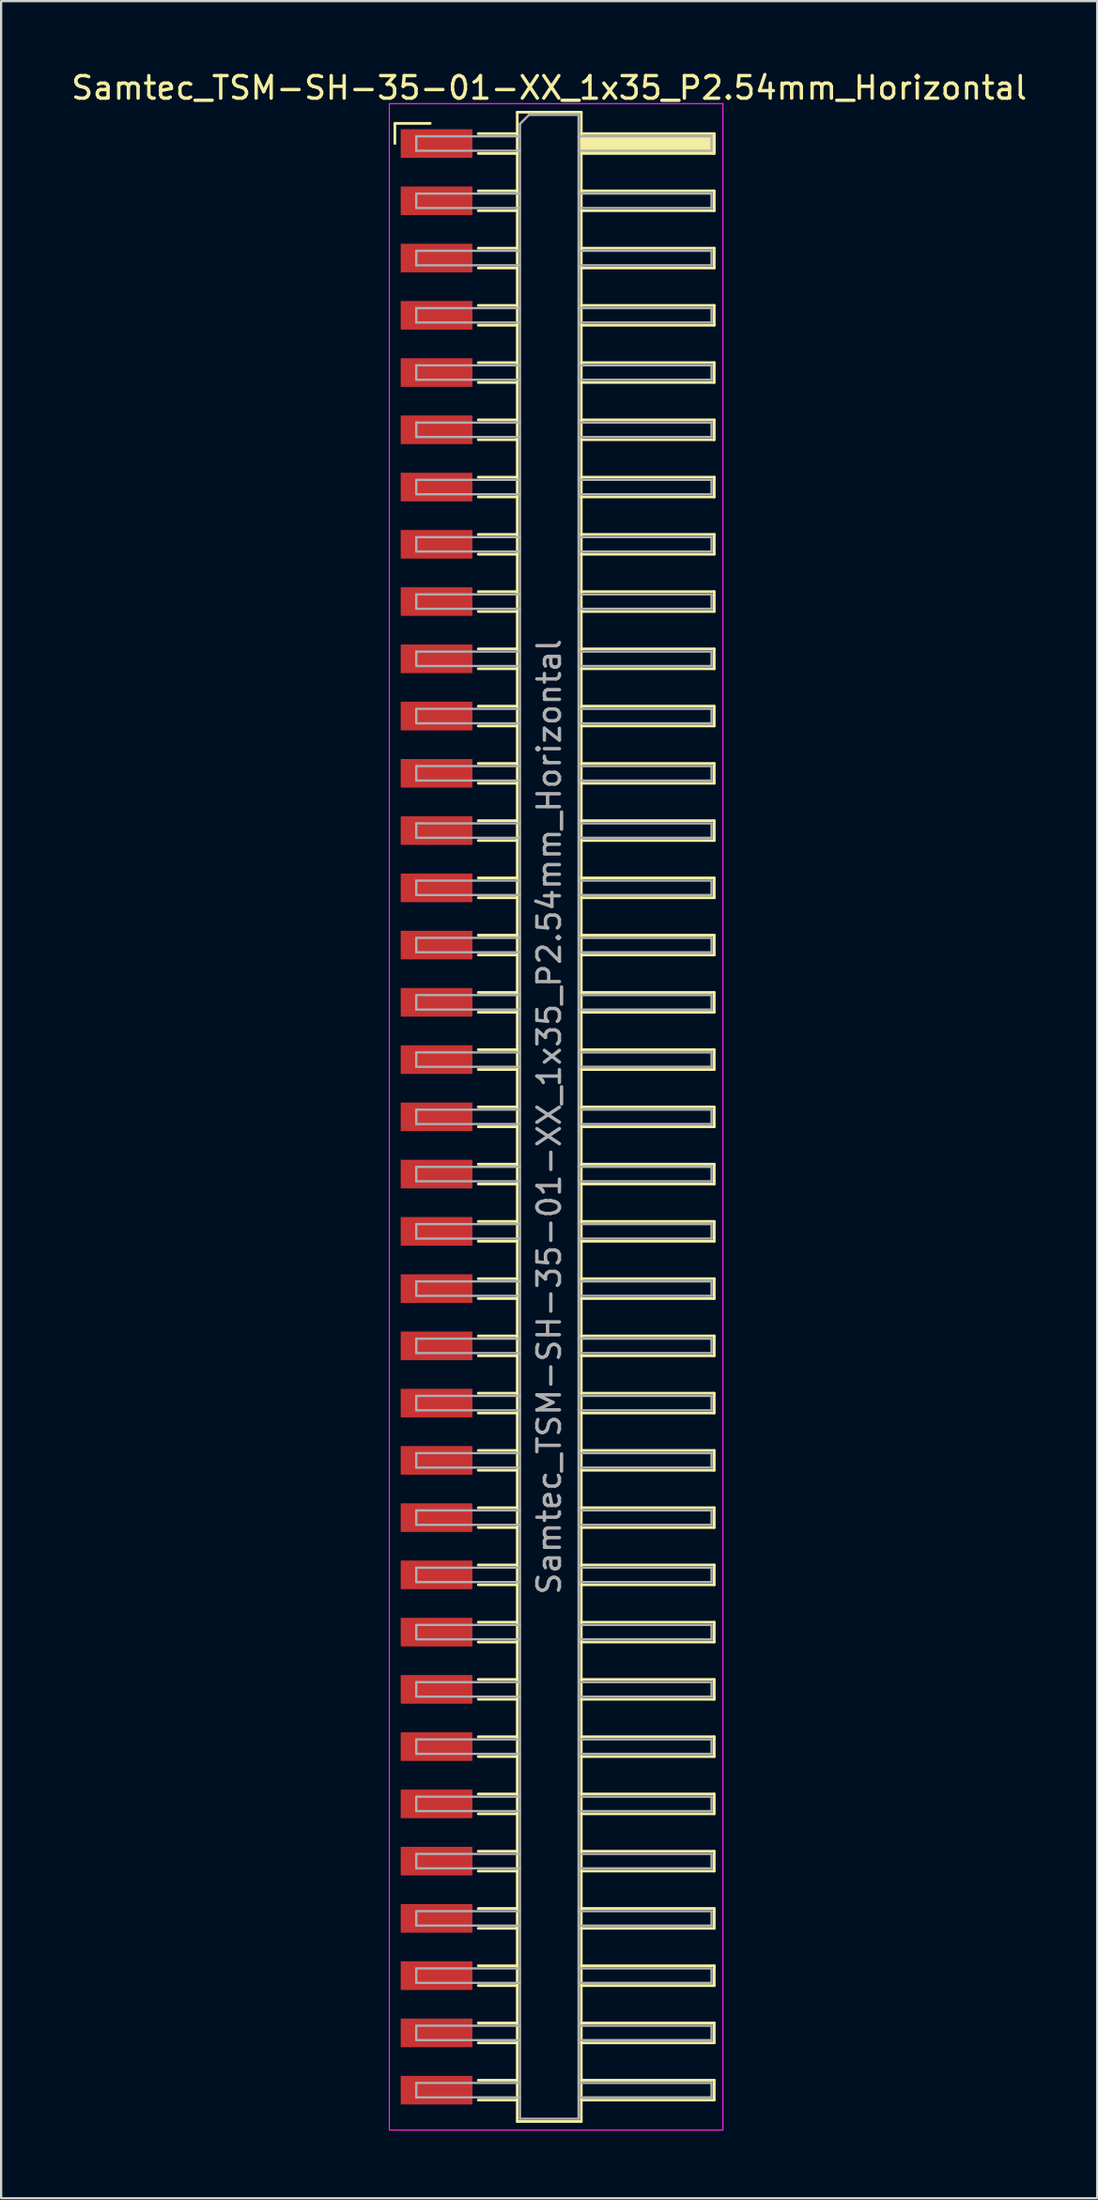
<source format=kicad_pcb>
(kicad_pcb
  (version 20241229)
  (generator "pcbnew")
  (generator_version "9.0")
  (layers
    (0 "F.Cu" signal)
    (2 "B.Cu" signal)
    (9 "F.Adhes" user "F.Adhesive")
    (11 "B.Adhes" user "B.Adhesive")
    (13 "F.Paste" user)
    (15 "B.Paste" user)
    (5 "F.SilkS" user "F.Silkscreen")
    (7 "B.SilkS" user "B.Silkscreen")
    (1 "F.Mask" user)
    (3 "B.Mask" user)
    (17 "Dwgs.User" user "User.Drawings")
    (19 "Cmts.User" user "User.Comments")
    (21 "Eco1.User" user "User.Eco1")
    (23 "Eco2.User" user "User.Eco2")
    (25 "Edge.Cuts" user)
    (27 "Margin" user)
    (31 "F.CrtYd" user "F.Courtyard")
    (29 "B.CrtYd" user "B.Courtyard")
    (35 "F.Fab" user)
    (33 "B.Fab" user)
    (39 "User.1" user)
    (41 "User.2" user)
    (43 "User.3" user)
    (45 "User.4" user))
  (footprint "Samtec_TSM-SH-35-01-XX_1x35_P2.54mm_Horizontal"
    (layer "F.Cu")
    (at 21.505 46.498)
    (property "Reference" "Samtec_TSM-SH-35-01-XX_1x35_P2.54mm_Horizontal" (at -0.19 -45.65 0) (layer "F.SilkS") (effects (font (size 1 1) (thickness 0.15))))
    (attr smd)
    (fp_line (start -7.035 -44.075) (end -5.465 -44.075) (stroke (width 0.12) (type solid)) (layer "F.SilkS"))
    (fp_line (start -7.035 -43.18) (end -7.035 -44.075) (stroke (width 0.12) (type solid)) (layer "F.SilkS"))
    (fp_line (start -3.335 -43.62) (end -1.605 -43.62) (stroke (width 0.12) (type solid)) (layer "F.SilkS"))
    (fp_line (start -3.335 -42.74) (end -1.605 -42.74) (stroke (width 0.12) (type solid)) (layer "F.SilkS"))
    (fp_line (start -3.335 -41.08) (end -1.605 -41.08) (stroke (width 0.12) (type solid)) (layer "F.SilkS"))
    (fp_line (start -3.335 -40.2) (end -1.605 -40.2) (stroke (width 0.12) (type solid)) (layer "F.SilkS"))
    (fp_line (start -3.335 -38.54) (end -1.605 -38.54) (stroke (width 0.12) (type solid)) (layer "F.SilkS"))
    (fp_line (start -3.335 -37.66) (end -1.605 -37.66) (stroke (width 0.12) (type solid)) (layer "F.SilkS"))
    (fp_line (start -3.335 -36) (end -1.605 -36) (stroke (width 0.12) (type solid)) (layer "F.SilkS"))
    (fp_line (start -3.335 -35.12) (end -1.605 -35.12) (stroke (width 0.12) (type solid)) (layer "F.SilkS"))
    (fp_line (start -3.335 -33.46) (end -1.605 -33.46) (stroke (width 0.12) (type solid)) (layer "F.SilkS"))
    (fp_line (start -3.335 -32.58) (end -1.605 -32.58) (stroke (width 0.12) (type solid)) (layer "F.SilkS"))
    (fp_line (start -3.335 -30.92) (end -1.605 -30.92) (stroke (width 0.12) (type solid)) (layer "F.SilkS"))
    (fp_line (start -3.335 -30.04) (end -1.605 -30.04) (stroke (width 0.12) (type solid)) (layer "F.SilkS"))
    (fp_line (start -3.335 -28.38) (end -1.605 -28.38) (stroke (width 0.12) (type solid)) (layer "F.SilkS"))
    (fp_line (start -3.335 -27.5) (end -1.605 -27.5) (stroke (width 0.12) (type solid)) (layer "F.SilkS"))
    (fp_line (start -3.335 -25.84) (end -1.605 -25.84) (stroke (width 0.12) (type solid)) (layer "F.SilkS"))
    (fp_line (start -3.335 -24.96) (end -1.605 -24.96) (stroke (width 0.12) (type solid)) (layer "F.SilkS"))
    (fp_line (start -3.335 -23.3) (end -1.605 -23.3) (stroke (width 0.12) (type solid)) (layer "F.SilkS"))
    (fp_line (start -3.335 -22.42) (end -1.605 -22.42) (stroke (width 0.12) (type solid)) (layer "F.SilkS"))
    (fp_line (start -3.335 -20.76) (end -1.605 -20.76) (stroke (width 0.12) (type solid)) (layer "F.SilkS"))
    (fp_line (start -3.335 -19.88) (end -1.605 -19.88) (stroke (width 0.12) (type solid)) (layer "F.SilkS"))
    (fp_line (start -3.335 -18.22) (end -1.605 -18.22) (stroke (width 0.12) (type solid)) (layer "F.SilkS"))
    (fp_line (start -3.335 -17.34) (end -1.605 -17.34) (stroke (width 0.12) (type solid)) (layer "F.SilkS"))
    (fp_line (start -3.335 -15.68) (end -1.605 -15.68) (stroke (width 0.12) (type solid)) (layer "F.SilkS"))
    (fp_line (start -3.335 -14.8) (end -1.605 -14.8) (stroke (width 0.12) (type solid)) (layer "F.SilkS"))
    (fp_line (start -3.335 -13.14) (end -1.605 -13.14) (stroke (width 0.12) (type solid)) (layer "F.SilkS"))
    (fp_line (start -3.335 -12.26) (end -1.605 -12.26) (stroke (width 0.12) (type solid)) (layer "F.SilkS"))
    (fp_line (start -3.335 -10.6) (end -1.605 -10.6) (stroke (width 0.12) (type solid)) (layer "F.SilkS"))
    (fp_line (start -3.335 -9.72) (end -1.605 -9.72) (stroke (width 0.12) (type solid)) (layer "F.SilkS"))
    (fp_line (start -3.335 -8.06) (end -1.605 -8.06) (stroke (width 0.12) (type solid)) (layer "F.SilkS"))
    (fp_line (start -3.335 -7.18) (end -1.605 -7.18) (stroke (width 0.12) (type solid)) (layer "F.SilkS"))
    (fp_line (start -3.335 -5.52) (end -1.605 -5.52) (stroke (width 0.12) (type solid)) (layer "F.SilkS"))
    (fp_line (start -3.335 -4.64) (end -1.605 -4.64) (stroke (width 0.12) (type solid)) (layer "F.SilkS"))
    (fp_line (start -3.335 -2.98) (end -1.605 -2.98) (stroke (width 0.12) (type solid)) (layer "F.SilkS"))
    (fp_line (start -3.335 -2.1) (end -1.605 -2.1) (stroke (width 0.12) (type solid)) (layer "F.SilkS"))
    (fp_line (start -3.335 -0.44) (end -1.605 -0.44) (stroke (width 0.12) (type solid)) (layer "F.SilkS"))
    (fp_line (start -3.335 0.44) (end -1.605 0.44) (stroke (width 0.12) (type solid)) (layer "F.SilkS"))
    (fp_line (start -3.335 2.1) (end -1.605 2.1) (stroke (width 0.12) (type solid)) (layer "F.SilkS"))
    (fp_line (start -3.335 2.98) (end -1.605 2.98) (stroke (width 0.12) (type solid)) (layer "F.SilkS"))
    (fp_line (start -3.335 4.64) (end -1.605 4.64) (stroke (width 0.12) (type solid)) (layer "F.SilkS"))
    (fp_line (start -3.335 5.52) (end -1.605 5.52) (stroke (width 0.12) (type solid)) (layer "F.SilkS"))
    (fp_line (start -3.335 7.18) (end -1.605 7.18) (stroke (width 0.12) (type solid)) (layer "F.SilkS"))
    (fp_line (start -3.335 8.06) (end -1.605 8.06) (stroke (width 0.12) (type solid)) (layer "F.SilkS"))
    (fp_line (start -3.335 9.72) (end -1.605 9.72) (stroke (width 0.12) (type solid)) (layer "F.SilkS"))
    (fp_line (start -3.335 10.6) (end -1.605 10.6) (stroke (width 0.12) (type solid)) (layer "F.SilkS"))
    (fp_line (start -3.335 12.26) (end -1.605 12.26) (stroke (width 0.12) (type solid)) (layer "F.SilkS"))
    (fp_line (start -3.335 13.14) (end -1.605 13.14) (stroke (width 0.12) (type solid)) (layer "F.SilkS"))
    (fp_line (start -3.335 14.8) (end -1.605 14.8) (stroke (width 0.12) (type solid)) (layer "F.SilkS"))
    (fp_line (start -3.335 15.68) (end -1.605 15.68) (stroke (width 0.12) (type solid)) (layer "F.SilkS"))
    (fp_line (start -3.335 17.34) (end -1.605 17.34) (stroke (width 0.12) (type solid)) (layer "F.SilkS"))
    (fp_line (start -3.335 18.22) (end -1.605 18.22) (stroke (width 0.12) (type solid)) (layer "F.SilkS"))
    (fp_line (start -3.335 19.88) (end -1.605 19.88) (stroke (width 0.12) (type solid)) (layer "F.SilkS"))
    (fp_line (start -3.335 20.76) (end -1.605 20.76) (stroke (width 0.12) (type solid)) (layer "F.SilkS"))
    (fp_line (start -3.335 22.42) (end -1.605 22.42) (stroke (width 0.12) (type solid)) (layer "F.SilkS"))
    (fp_line (start -3.335 23.3) (end -1.605 23.3) (stroke (width 0.12) (type solid)) (layer "F.SilkS"))
    (fp_line (start -3.335 24.96) (end -1.605 24.96) (stroke (width 0.12) (type solid)) (layer "F.SilkS"))
    (fp_line (start -3.335 25.84) (end -1.605 25.84) (stroke (width 0.12) (type solid)) (layer "F.SilkS"))
    (fp_line (start -3.335 27.5) (end -1.605 27.5) (stroke (width 0.12) (type solid)) (layer "F.SilkS"))
    (fp_line (start -3.335 28.38) (end -1.605 28.38) (stroke (width 0.12) (type solid)) (layer "F.SilkS"))
    (fp_line (start -3.335 30.04) (end -1.605 30.04) (stroke (width 0.12) (type solid)) (layer "F.SilkS"))
    (fp_line (start -3.335 30.92) (end -1.605 30.92) (stroke (width 0.12) (type solid)) (layer "F.SilkS"))
    (fp_line (start -3.335 32.58) (end -1.605 32.58) (stroke (width 0.12) (type solid)) (layer "F.SilkS"))
    (fp_line (start -3.335 33.46) (end -1.605 33.46) (stroke (width 0.12) (type solid)) (layer "F.SilkS"))
    (fp_line (start -3.335 35.12) (end -1.605 35.12) (stroke (width 0.12) (type solid)) (layer "F.SilkS"))
    (fp_line (start -3.335 36) (end -1.605 36) (stroke (width 0.12) (type solid)) (layer "F.SilkS"))
    (fp_line (start -3.335 37.66) (end -1.605 37.66) (stroke (width 0.12) (type solid)) (layer "F.SilkS"))
    (fp_line (start -3.335 38.54) (end -1.605 38.54) (stroke (width 0.12) (type solid)) (layer "F.SilkS"))
    (fp_line (start -3.335 40.2) (end -1.605 40.2) (stroke (width 0.12) (type solid)) (layer "F.SilkS"))
    (fp_line (start -3.335 41.08) (end -1.605 41.08) (stroke (width 0.12) (type solid)) (layer "F.SilkS"))
    (fp_line (start -3.335 42.74) (end -1.605 42.74) (stroke (width 0.12) (type solid)) (layer "F.SilkS"))
    (fp_line (start -3.335 43.62) (end -1.605 43.62) (stroke (width 0.12) (type solid)) (layer "F.SilkS"))
    (fp_line (start -1.605 -44.57) (end 1.235 -44.57) (stroke (width 0.12) (type solid)) (layer "F.SilkS"))
    (fp_line (start -1.605 44.57) (end -1.605 -44.57) (stroke (width 0.12) (type solid)) (layer "F.SilkS"))
    (fp_line (start 1.235 -44.57) (end 1.235 44.57) (stroke (width 0.12) (type solid)) (layer "F.SilkS"))
    (fp_line (start 1.235 -43.62) (end 7.135 -43.62) (stroke (width 0.12) (type solid)) (layer "F.SilkS"))
    (fp_line (start 1.235 -41.08) (end 7.135 -41.08) (stroke (width 0.12) (type solid)) (layer "F.SilkS"))
    (fp_line (start 1.235 -38.54) (end 7.135 -38.54) (stroke (width 0.12) (type solid)) (layer "F.SilkS"))
    (fp_line (start 1.235 -36) (end 7.135 -36) (stroke (width 0.12) (type solid)) (layer "F.SilkS"))
    (fp_line (start 1.235 -33.46) (end 7.135 -33.46) (stroke (width 0.12) (type solid)) (layer "F.SilkS"))
    (fp_line (start 1.235 -30.92) (end 7.135 -30.92) (stroke (width 0.12) (type solid)) (layer "F.SilkS"))
    (fp_line (start 1.235 -28.38) (end 7.135 -28.38) (stroke (width 0.12) (type solid)) (layer "F.SilkS"))
    (fp_line (start 1.235 -25.84) (end 7.135 -25.84) (stroke (width 0.12) (type solid)) (layer "F.SilkS"))
    (fp_line (start 1.235 -23.3) (end 7.135 -23.3) (stroke (width 0.12) (type solid)) (layer "F.SilkS"))
    (fp_line (start 1.235 -20.76) (end 7.135 -20.76) (stroke (width 0.12) (type solid)) (layer "F.SilkS"))
    (fp_line (start 1.235 -18.22) (end 7.135 -18.22) (stroke (width 0.12) (type solid)) (layer "F.SilkS"))
    (fp_line (start 1.235 -15.68) (end 7.135 -15.68) (stroke (width 0.12) (type solid)) (layer "F.SilkS"))
    (fp_line (start 1.235 -13.14) (end 7.135 -13.14) (stroke (width 0.12) (type solid)) (layer "F.SilkS"))
    (fp_line (start 1.235 -10.6) (end 7.135 -10.6) (stroke (width 0.12) (type solid)) (layer "F.SilkS"))
    (fp_line (start 1.235 -8.06) (end 7.135 -8.06) (stroke (width 0.12) (type solid)) (layer "F.SilkS"))
    (fp_line (start 1.235 -5.52) (end 7.135 -5.52) (stroke (width 0.12) (type solid)) (layer "F.SilkS"))
    (fp_line (start 1.235 -2.98) (end 7.135 -2.98) (stroke (width 0.12) (type solid)) (layer "F.SilkS"))
    (fp_line (start 1.235 -0.44) (end 7.135 -0.44) (stroke (width 0.12) (type solid)) (layer "F.SilkS"))
    (fp_line (start 1.235 2.1) (end 7.135 2.1) (stroke (width 0.12) (type solid)) (layer "F.SilkS"))
    (fp_line (start 1.235 4.64) (end 7.135 4.64) (stroke (width 0.12) (type solid)) (layer "F.SilkS"))
    (fp_line (start 1.235 7.18) (end 7.135 7.18) (stroke (width 0.12) (type solid)) (layer "F.SilkS"))
    (fp_line (start 1.235 9.72) (end 7.135 9.72) (stroke (width 0.12) (type solid)) (layer "F.SilkS"))
    (fp_line (start 1.235 12.26) (end 7.135 12.26) (stroke (width 0.12) (type solid)) (layer "F.SilkS"))
    (fp_line (start 1.235 14.8) (end 7.135 14.8) (stroke (width 0.12) (type solid)) (layer "F.SilkS"))
    (fp_line (start 1.235 17.34) (end 7.135 17.34) (stroke (width 0.12) (type solid)) (layer "F.SilkS"))
    (fp_line (start 1.235 19.88) (end 7.135 19.88) (stroke (width 0.12) (type solid)) (layer "F.SilkS"))
    (fp_line (start 1.235 22.42) (end 7.135 22.42) (stroke (width 0.12) (type solid)) (layer "F.SilkS"))
    (fp_line (start 1.235 24.96) (end 7.135 24.96) (stroke (width 0.12) (type solid)) (layer "F.SilkS"))
    (fp_line (start 1.235 27.5) (end 7.135 27.5) (stroke (width 0.12) (type solid)) (layer "F.SilkS"))
    (fp_line (start 1.235 30.04) (end 7.135 30.04) (stroke (width 0.12) (type solid)) (layer "F.SilkS"))
    (fp_line (start 1.235 32.58) (end 7.135 32.58) (stroke (width 0.12) (type solid)) (layer "F.SilkS"))
    (fp_line (start 1.235 35.12) (end 7.135 35.12) (stroke (width 0.12) (type solid)) (layer "F.SilkS"))
    (fp_line (start 1.235 37.66) (end 7.135 37.66) (stroke (width 0.12) (type solid)) (layer "F.SilkS"))
    (fp_line (start 1.235 40.2) (end 7.135 40.2) (stroke (width 0.12) (type solid)) (layer "F.SilkS"))
    (fp_line (start 1.235 42.74) (end 7.135 42.74) (stroke (width 0.12) (type solid)) (layer "F.SilkS"))
    (fp_line (start 1.235 44.57) (end -1.605 44.57) (stroke (width 0.12) (type solid)) (layer "F.SilkS"))
    (fp_line (start 7.135 -43.62) (end 7.135 -42.74) (stroke (width 0.12) (type solid)) (layer "F.SilkS"))
    (fp_line (start 7.135 -42.74) (end 1.235 -42.74) (stroke (width 0.12) (type solid)) (layer "F.SilkS"))
    (fp_line (start 7.135 -41.08) (end 7.135 -40.2) (stroke (width 0.12) (type solid)) (layer "F.SilkS"))
    (fp_line (start 7.135 -40.2) (end 1.235 -40.2) (stroke (width 0.12) (type solid)) (layer "F.SilkS"))
    (fp_line (start 7.135 -38.54) (end 7.135 -37.66) (stroke (width 0.12) (type solid)) (layer "F.SilkS"))
    (fp_line (start 7.135 -37.66) (end 1.235 -37.66) (stroke (width 0.12) (type solid)) (layer "F.SilkS"))
    (fp_line (start 7.135 -36) (end 7.135 -35.12) (stroke (width 0.12) (type solid)) (layer "F.SilkS"))
    (fp_line (start 7.135 -35.12) (end 1.235 -35.12) (stroke (width 0.12) (type solid)) (layer "F.SilkS"))
    (fp_line (start 7.135 -33.46) (end 7.135 -32.58) (stroke (width 0.12) (type solid)) (layer "F.SilkS"))
    (fp_line (start 7.135 -32.58) (end 1.235 -32.58) (stroke (width 0.12) (type solid)) (layer "F.SilkS"))
    (fp_line (start 7.135 -30.92) (end 7.135 -30.04) (stroke (width 0.12) (type solid)) (layer "F.SilkS"))
    (fp_line (start 7.135 -30.04) (end 1.235 -30.04) (stroke (width 0.12) (type solid)) (layer "F.SilkS"))
    (fp_line (start 7.135 -28.38) (end 7.135 -27.5) (stroke (width 0.12) (type solid)) (layer "F.SilkS"))
    (fp_line (start 7.135 -27.5) (end 1.235 -27.5) (stroke (width 0.12) (type solid)) (layer "F.SilkS"))
    (fp_line (start 7.135 -25.84) (end 7.135 -24.96) (stroke (width 0.12) (type solid)) (layer "F.SilkS"))
    (fp_line (start 7.135 -24.96) (end 1.235 -24.96) (stroke (width 0.12) (type solid)) (layer "F.SilkS"))
    (fp_line (start 7.135 -23.3) (end 7.135 -22.42) (stroke (width 0.12) (type solid)) (layer "F.SilkS"))
    (fp_line (start 7.135 -22.42) (end 1.235 -22.42) (stroke (width 0.12) (type solid)) (layer "F.SilkS"))
    (fp_line (start 7.135 -20.76) (end 7.135 -19.88) (stroke (width 0.12) (type solid)) (layer "F.SilkS"))
    (fp_line (start 7.135 -19.88) (end 1.235 -19.88) (stroke (width 0.12) (type solid)) (layer "F.SilkS"))
    (fp_line (start 7.135 -18.22) (end 7.135 -17.34) (stroke (width 0.12) (type solid)) (layer "F.SilkS"))
    (fp_line (start 7.135 -17.34) (end 1.235 -17.34) (stroke (width 0.12) (type solid)) (layer "F.SilkS"))
    (fp_line (start 7.135 -15.68) (end 7.135 -14.8) (stroke (width 0.12) (type solid)) (layer "F.SilkS"))
    (fp_line (start 7.135 -14.8) (end 1.235 -14.8) (stroke (width 0.12) (type solid)) (layer "F.SilkS"))
    (fp_line (start 7.135 -13.14) (end 7.135 -12.26) (stroke (width 0.12) (type solid)) (layer "F.SilkS"))
    (fp_line (start 7.135 -12.26) (end 1.235 -12.26) (stroke (width 0.12) (type solid)) (layer "F.SilkS"))
    (fp_line (start 7.135 -10.6) (end 7.135 -9.72) (stroke (width 0.12) (type solid)) (layer "F.SilkS"))
    (fp_line (start 7.135 -9.72) (end 1.235 -9.72) (stroke (width 0.12) (type solid)) (layer "F.SilkS"))
    (fp_line (start 7.135 -8.06) (end 7.135 -7.18) (stroke (width 0.12) (type solid)) (layer "F.SilkS"))
    (fp_line (start 7.135 -7.18) (end 1.235 -7.18) (stroke (width 0.12) (type solid)) (layer "F.SilkS"))
    (fp_line (start 7.135 -5.52) (end 7.135 -4.64) (stroke (width 0.12) (type solid)) (layer "F.SilkS"))
    (fp_line (start 7.135 -4.64) (end 1.235 -4.64) (stroke (width 0.12) (type solid)) (layer "F.SilkS"))
    (fp_line (start 7.135 -2.98) (end 7.135 -2.1) (stroke (width 0.12) (type solid)) (layer "F.SilkS"))
    (fp_line (start 7.135 -2.1) (end 1.235 -2.1) (stroke (width 0.12) (type solid)) (layer "F.SilkS"))
    (fp_line (start 7.135 -0.44) (end 7.135 0.44) (stroke (width 0.12) (type solid)) (layer "F.SilkS"))
    (fp_line (start 7.135 0.44) (end 1.235 0.44) (stroke (width 0.12) (type solid)) (layer "F.SilkS"))
    (fp_line (start 7.135 2.1) (end 7.135 2.98) (stroke (width 0.12) (type solid)) (layer "F.SilkS"))
    (fp_line (start 7.135 2.98) (end 1.235 2.98) (stroke (width 0.12) (type solid)) (layer "F.SilkS"))
    (fp_line (start 7.135 4.64) (end 7.135 5.52) (stroke (width 0.12) (type solid)) (layer "F.SilkS"))
    (fp_line (start 7.135 5.52) (end 1.235 5.52) (stroke (width 0.12) (type solid)) (layer "F.SilkS"))
    (fp_line (start 7.135 7.18) (end 7.135 8.06) (stroke (width 0.12) (type solid)) (layer "F.SilkS"))
    (fp_line (start 7.135 8.06) (end 1.235 8.06) (stroke (width 0.12) (type solid)) (layer "F.SilkS"))
    (fp_line (start 7.135 9.72) (end 7.135 10.6) (stroke (width 0.12) (type solid)) (layer "F.SilkS"))
    (fp_line (start 7.135 10.6) (end 1.235 10.6) (stroke (width 0.12) (type solid)) (layer "F.SilkS"))
    (fp_line (start 7.135 12.26) (end 7.135 13.14) (stroke (width 0.12) (type solid)) (layer "F.SilkS"))
    (fp_line (start 7.135 13.14) (end 1.235 13.14) (stroke (width 0.12) (type solid)) (layer "F.SilkS"))
    (fp_line (start 7.135 14.8) (end 7.135 15.68) (stroke (width 0.12) (type solid)) (layer "F.SilkS"))
    (fp_line (start 7.135 15.68) (end 1.235 15.68) (stroke (width 0.12) (type solid)) (layer "F.SilkS"))
    (fp_line (start 7.135 17.34) (end 7.135 18.22) (stroke (width 0.12) (type solid)) (layer "F.SilkS"))
    (fp_line (start 7.135 18.22) (end 1.235 18.22) (stroke (width 0.12) (type solid)) (layer "F.SilkS"))
    (fp_line (start 7.135 19.88) (end 7.135 20.76) (stroke (width 0.12) (type solid)) (layer "F.SilkS"))
    (fp_line (start 7.135 20.76) (end 1.235 20.76) (stroke (width 0.12) (type solid)) (layer "F.SilkS"))
    (fp_line (start 7.135 22.42) (end 7.135 23.3) (stroke (width 0.12) (type solid)) (layer "F.SilkS"))
    (fp_line (start 7.135 23.3) (end 1.235 23.3) (stroke (width 0.12) (type solid)) (layer "F.SilkS"))
    (fp_line (start 7.135 24.96) (end 7.135 25.84) (stroke (width 0.12) (type solid)) (layer "F.SilkS"))
    (fp_line (start 7.135 25.84) (end 1.235 25.84) (stroke (width 0.12) (type solid)) (layer "F.SilkS"))
    (fp_line (start 7.135 27.5) (end 7.135 28.38) (stroke (width 0.12) (type solid)) (layer "F.SilkS"))
    (fp_line (start 7.135 28.38) (end 1.235 28.38) (stroke (width 0.12) (type solid)) (layer "F.SilkS"))
    (fp_line (start 7.135 30.04) (end 7.135 30.92) (stroke (width 0.12) (type solid)) (layer "F.SilkS"))
    (fp_line (start 7.135 30.92) (end 1.235 30.92) (stroke (width 0.12) (type solid)) (layer "F.SilkS"))
    (fp_line (start 7.135 32.58) (end 7.135 33.46) (stroke (width 0.12) (type solid)) (layer "F.SilkS"))
    (fp_line (start 7.135 33.46) (end 1.235 33.46) (stroke (width 0.12) (type solid)) (layer "F.SilkS"))
    (fp_line (start 7.135 35.12) (end 7.135 36) (stroke (width 0.12) (type solid)) (layer "F.SilkS"))
    (fp_line (start 7.135 36) (end 1.235 36) (stroke (width 0.12) (type solid)) (layer "F.SilkS"))
    (fp_line (start 7.135 37.66) (end 7.135 38.54) (stroke (width 0.12) (type solid)) (layer "F.SilkS"))
    (fp_line (start 7.135 38.54) (end 1.235 38.54) (stroke (width 0.12) (type solid)) (layer "F.SilkS"))
    (fp_line (start 7.135 40.2) (end 7.135 41.08) (stroke (width 0.12) (type solid)) (layer "F.SilkS"))
    (fp_line (start 7.135 41.08) (end 1.235 41.08) (stroke (width 0.12) (type solid)) (layer "F.SilkS"))
    (fp_line (start 7.135 42.74) (end 7.135 43.62) (stroke (width 0.12) (type solid)) (layer "F.SilkS"))
    (fp_line (start 7.135 43.62) (end 1.235 43.62) (stroke (width 0.12) (type solid)) (layer "F.SilkS"))
    (fp_line (start -7.28 -44.95) (end 7.52 -44.95) (stroke (width 0.05) (type solid)) (layer "F.CrtYd"))
    (fp_line (start -7.28 44.95) (end -7.28 -44.95) (stroke (width 0.05) (type solid)) (layer "F.CrtYd"))
    (fp_line (start 7.52 -44.95) (end 7.52 44.95) (stroke (width 0.05) (type solid)) (layer "F.CrtYd"))
    (fp_line (start 7.52 44.95) (end -7.28 44.95) (stroke (width 0.05) (type solid)) (layer "F.CrtYd"))
    (fp_line (start -6.085 -43.5) (end -6.085 -42.86) (stroke (width 0.1) (type solid)) (layer "F.Fab"))
    (fp_line (start -6.085 -42.86) (end -1.485 -42.86) (stroke (width 0.1) (type solid)) (layer "F.Fab"))
    (fp_line (start -6.085 -40.96) (end -6.085 -40.32) (stroke (width 0.1) (type solid)) (layer "F.Fab"))
    (fp_line (start -6.085 -40.32) (end -1.485 -40.32) (stroke (width 0.1) (type solid)) (layer "F.Fab"))
    (fp_line (start -6.085 -38.42) (end -6.085 -37.78) (stroke (width 0.1) (type solid)) (layer "F.Fab"))
    (fp_line (start -6.085 -37.78) (end -1.485 -37.78) (stroke (width 0.1) (type solid)) (layer "F.Fab"))
    (fp_line (start -6.085 -35.88) (end -6.085 -35.24) (stroke (width 0.1) (type solid)) (layer "F.Fab"))
    (fp_line (start -6.085 -35.24) (end -1.485 -35.24) (stroke (width 0.1) (type solid)) (layer "F.Fab"))
    (fp_line (start -6.085 -33.34) (end -6.085 -32.7) (stroke (width 0.1) (type solid)) (layer "F.Fab"))
    (fp_line (start -6.085 -32.7) (end -1.485 -32.7) (stroke (width 0.1) (type solid)) (layer "F.Fab"))
    (fp_line (start -6.085 -30.8) (end -6.085 -30.16) (stroke (width 0.1) (type solid)) (layer "F.Fab"))
    (fp_line (start -6.085 -30.16) (end -1.485 -30.16) (stroke (width 0.1) (type solid)) (layer "F.Fab"))
    (fp_line (start -6.085 -28.26) (end -6.085 -27.62) (stroke (width 0.1) (type solid)) (layer "F.Fab"))
    (fp_line (start -6.085 -27.62) (end -1.485 -27.62) (stroke (width 0.1) (type solid)) (layer "F.Fab"))
    (fp_line (start -6.085 -25.72) (end -6.085 -25.08) (stroke (width 0.1) (type solid)) (layer "F.Fab"))
    (fp_line (start -6.085 -25.08) (end -1.485 -25.08) (stroke (width 0.1) (type solid)) (layer "F.Fab"))
    (fp_line (start -6.085 -23.18) (end -6.085 -22.54) (stroke (width 0.1) (type solid)) (layer "F.Fab"))
    (fp_line (start -6.085 -22.54) (end -1.485 -22.54) (stroke (width 0.1) (type solid)) (layer "F.Fab"))
    (fp_line (start -6.085 -20.64) (end -6.085 -20) (stroke (width 0.1) (type solid)) (layer "F.Fab"))
    (fp_line (start -6.085 -20) (end -1.485 -20) (stroke (width 0.1) (type solid)) (layer "F.Fab"))
    (fp_line (start -6.085 -18.1) (end -6.085 -17.46) (stroke (width 0.1) (type solid)) (layer "F.Fab"))
    (fp_line (start -6.085 -17.46) (end -1.485 -17.46) (stroke (width 0.1) (type solid)) (layer "F.Fab"))
    (fp_line (start -6.085 -15.56) (end -6.085 -14.92) (stroke (width 0.1) (type solid)) (layer "F.Fab"))
    (fp_line (start -6.085 -14.92) (end -1.485 -14.92) (stroke (width 0.1) (type solid)) (layer "F.Fab"))
    (fp_line (start -6.085 -13.02) (end -6.085 -12.38) (stroke (width 0.1) (type solid)) (layer "F.Fab"))
    (fp_line (start -6.085 -12.38) (end -1.485 -12.38) (stroke (width 0.1) (type solid)) (layer "F.Fab"))
    (fp_line (start -6.085 -10.48) (end -6.085 -9.84) (stroke (width 0.1) (type solid)) (layer "F.Fab"))
    (fp_line (start -6.085 -9.84) (end -1.485 -9.84) (stroke (width 0.1) (type solid)) (layer "F.Fab"))
    (fp_line (start -6.085 -7.94) (end -6.085 -7.3) (stroke (width 0.1) (type solid)) (layer "F.Fab"))
    (fp_line (start -6.085 -7.3) (end -1.485 -7.3) (stroke (width 0.1) (type solid)) (layer "F.Fab"))
    (fp_line (start -6.085 -5.4) (end -6.085 -4.76) (stroke (width 0.1) (type solid)) (layer "F.Fab"))
    (fp_line (start -6.085 -4.76) (end -1.485 -4.76) (stroke (width 0.1) (type solid)) (layer "F.Fab"))
    (fp_line (start -6.085 -2.86) (end -6.085 -2.22) (stroke (width 0.1) (type solid)) (layer "F.Fab"))
    (fp_line (start -6.085 -2.22) (end -1.485 -2.22) (stroke (width 0.1) (type solid)) (layer "F.Fab"))
    (fp_line (start -6.085 -0.32) (end -6.085 0.32) (stroke (width 0.1) (type solid)) (layer "F.Fab"))
    (fp_line (start -6.085 0.32) (end -1.485 0.32) (stroke (width 0.1) (type solid)) (layer "F.Fab"))
    (fp_line (start -6.085 2.22) (end -6.085 2.86) (stroke (width 0.1) (type solid)) (layer "F.Fab"))
    (fp_line (start -6.085 2.86) (end -1.485 2.86) (stroke (width 0.1) (type solid)) (layer "F.Fab"))
    (fp_line (start -6.085 4.76) (end -6.085 5.4) (stroke (width 0.1) (type solid)) (layer "F.Fab"))
    (fp_line (start -6.085 5.4) (end -1.485 5.4) (stroke (width 0.1) (type solid)) (layer "F.Fab"))
    (fp_line (start -6.085 7.3) (end -6.085 7.94) (stroke (width 0.1) (type solid)) (layer "F.Fab"))
    (fp_line (start -6.085 7.94) (end -1.485 7.94) (stroke (width 0.1) (type solid)) (layer "F.Fab"))
    (fp_line (start -6.085 9.84) (end -6.085 10.48) (stroke (width 0.1) (type solid)) (layer "F.Fab"))
    (fp_line (start -6.085 10.48) (end -1.485 10.48) (stroke (width 0.1) (type solid)) (layer "F.Fab"))
    (fp_line (start -6.085 12.38) (end -6.085 13.02) (stroke (width 0.1) (type solid)) (layer "F.Fab"))
    (fp_line (start -6.085 13.02) (end -1.485 13.02) (stroke (width 0.1) (type solid)) (layer "F.Fab"))
    (fp_line (start -6.085 14.92) (end -6.085 15.56) (stroke (width 0.1) (type solid)) (layer "F.Fab"))
    (fp_line (start -6.085 15.56) (end -1.485 15.56) (stroke (width 0.1) (type solid)) (layer "F.Fab"))
    (fp_line (start -6.085 17.46) (end -6.085 18.1) (stroke (width 0.1) (type solid)) (layer "F.Fab"))
    (fp_line (start -6.085 18.1) (end -1.485 18.1) (stroke (width 0.1) (type solid)) (layer "F.Fab"))
    (fp_line (start -6.085 20) (end -6.085 20.64) (stroke (width 0.1) (type solid)) (layer "F.Fab"))
    (fp_line (start -6.085 20.64) (end -1.485 20.64) (stroke (width 0.1) (type solid)) (layer "F.Fab"))
    (fp_line (start -6.085 22.54) (end -6.085 23.18) (stroke (width 0.1) (type solid)) (layer "F.Fab"))
    (fp_line (start -6.085 23.18) (end -1.485 23.18) (stroke (width 0.1) (type solid)) (layer "F.Fab"))
    (fp_line (start -6.085 25.08) (end -6.085 25.72) (stroke (width 0.1) (type solid)) (layer "F.Fab"))
    (fp_line (start -6.085 25.72) (end -1.485 25.72) (stroke (width 0.1) (type solid)) (layer "F.Fab"))
    (fp_line (start -6.085 27.62) (end -6.085 28.26) (stroke (width 0.1) (type solid)) (layer "F.Fab"))
    (fp_line (start -6.085 28.26) (end -1.485 28.26) (stroke (width 0.1) (type solid)) (layer "F.Fab"))
    (fp_line (start -6.085 30.16) (end -6.085 30.8) (stroke (width 0.1) (type solid)) (layer "F.Fab"))
    (fp_line (start -6.085 30.8) (end -1.485 30.8) (stroke (width 0.1) (type solid)) (layer "F.Fab"))
    (fp_line (start -6.085 32.7) (end -6.085 33.34) (stroke (width 0.1) (type solid)) (layer "F.Fab"))
    (fp_line (start -6.085 33.34) (end -1.485 33.34) (stroke (width 0.1) (type solid)) (layer "F.Fab"))
    (fp_line (start -6.085 35.24) (end -6.085 35.88) (stroke (width 0.1) (type solid)) (layer "F.Fab"))
    (fp_line (start -6.085 35.88) (end -1.485 35.88) (stroke (width 0.1) (type solid)) (layer "F.Fab"))
    (fp_line (start -6.085 37.78) (end -6.085 38.42) (stroke (width 0.1) (type solid)) (layer "F.Fab"))
    (fp_line (start -6.085 38.42) (end -1.485 38.42) (stroke (width 0.1) (type solid)) (layer "F.Fab"))
    (fp_line (start -6.085 40.32) (end -6.085 40.96) (stroke (width 0.1) (type solid)) (layer "F.Fab"))
    (fp_line (start -6.085 40.96) (end -1.485 40.96) (stroke (width 0.1) (type solid)) (layer "F.Fab"))
    (fp_line (start -6.085 42.86) (end -6.085 43.5) (stroke (width 0.1) (type solid)) (layer "F.Fab"))
    (fp_line (start -6.085 43.5) (end -1.485 43.5) (stroke (width 0.1) (type solid)) (layer "F.Fab"))
    (fp_line (start -1.485 -44.05) (end -1.085 -44.45) (stroke (width 0.1) (type solid)) (layer "F.Fab"))
    (fp_line (start -1.485 -43.5) (end -6.085 -43.5) (stroke (width 0.1) (type solid)) (layer "F.Fab"))
    (fp_line (start -1.485 -40.96) (end -6.085 -40.96) (stroke (width 0.1) (type solid)) (layer "F.Fab"))
    (fp_line (start -1.485 -38.42) (end -6.085 -38.42) (stroke (width 0.1) (type solid)) (layer "F.Fab"))
    (fp_line (start -1.485 -35.88) (end -6.085 -35.88) (stroke (width 0.1) (type solid)) (layer "F.Fab"))
    (fp_line (start -1.485 -33.34) (end -6.085 -33.34) (stroke (width 0.1) (type solid)) (layer "F.Fab"))
    (fp_line (start -1.485 -30.8) (end -6.085 -30.8) (stroke (width 0.1) (type solid)) (layer "F.Fab"))
    (fp_line (start -1.485 -28.26) (end -6.085 -28.26) (stroke (width 0.1) (type solid)) (layer "F.Fab"))
    (fp_line (start -1.485 -25.72) (end -6.085 -25.72) (stroke (width 0.1) (type solid)) (layer "F.Fab"))
    (fp_line (start -1.485 -23.18) (end -6.085 -23.18) (stroke (width 0.1) (type solid)) (layer "F.Fab"))
    (fp_line (start -1.485 -20.64) (end -6.085 -20.64) (stroke (width 0.1) (type solid)) (layer "F.Fab"))
    (fp_line (start -1.485 -18.1) (end -6.085 -18.1) (stroke (width 0.1) (type solid)) (layer "F.Fab"))
    (fp_line (start -1.485 -15.56) (end -6.085 -15.56) (stroke (width 0.1) (type solid)) (layer "F.Fab"))
    (fp_line (start -1.485 -13.02) (end -6.085 -13.02) (stroke (width 0.1) (type solid)) (layer "F.Fab"))
    (fp_line (start -1.485 -10.48) (end -6.085 -10.48) (stroke (width 0.1) (type solid)) (layer "F.Fab"))
    (fp_line (start -1.485 -7.94) (end -6.085 -7.94) (stroke (width 0.1) (type solid)) (layer "F.Fab"))
    (fp_line (start -1.485 -5.4) (end -6.085 -5.4) (stroke (width 0.1) (type solid)) (layer "F.Fab"))
    (fp_line (start -1.485 -2.86) (end -6.085 -2.86) (stroke (width 0.1) (type solid)) (layer "F.Fab"))
    (fp_line (start -1.485 -0.32) (end -6.085 -0.32) (stroke (width 0.1) (type solid)) (layer "F.Fab"))
    (fp_line (start -1.485 2.22) (end -6.085 2.22) (stroke (width 0.1) (type solid)) (layer "F.Fab"))
    (fp_line (start -1.485 4.76) (end -6.085 4.76) (stroke (width 0.1) (type solid)) (layer "F.Fab"))
    (fp_line (start -1.485 7.3) (end -6.085 7.3) (stroke (width 0.1) (type solid)) (layer "F.Fab"))
    (fp_line (start -1.485 9.84) (end -6.085 9.84) (stroke (width 0.1) (type solid)) (layer "F.Fab"))
    (fp_line (start -1.485 12.38) (end -6.085 12.38) (stroke (width 0.1) (type solid)) (layer "F.Fab"))
    (fp_line (start -1.485 14.92) (end -6.085 14.92) (stroke (width 0.1) (type solid)) (layer "F.Fab"))
    (fp_line (start -1.485 17.46) (end -6.085 17.46) (stroke (width 0.1) (type solid)) (layer "F.Fab"))
    (fp_line (start -1.485 20) (end -6.085 20) (stroke (width 0.1) (type solid)) (layer "F.Fab"))
    (fp_line (start -1.485 22.54) (end -6.085 22.54) (stroke (width 0.1) (type solid)) (layer "F.Fab"))
    (fp_line (start -1.485 25.08) (end -6.085 25.08) (stroke (width 0.1) (type solid)) (layer "F.Fab"))
    (fp_line (start -1.485 27.62) (end -6.085 27.62) (stroke (width 0.1) (type solid)) (layer "F.Fab"))
    (fp_line (start -1.485 30.16) (end -6.085 30.16) (stroke (width 0.1) (type solid)) (layer "F.Fab"))
    (fp_line (start -1.485 32.7) (end -6.085 32.7) (stroke (width 0.1) (type solid)) (layer "F.Fab"))
    (fp_line (start -1.485 35.24) (end -6.085 35.24) (stroke (width 0.1) (type solid)) (layer "F.Fab"))
    (fp_line (start -1.485 37.78) (end -6.085 37.78) (stroke (width 0.1) (type solid)) (layer "F.Fab"))
    (fp_line (start -1.485 40.32) (end -6.085 40.32) (stroke (width 0.1) (type solid)) (layer "F.Fab"))
    (fp_line (start -1.485 42.86) (end -6.085 42.86) (stroke (width 0.1) (type solid)) (layer "F.Fab"))
    (fp_line (start -1.485 44.45) (end -1.485 -44.05) (stroke (width 0.1) (type solid)) (layer "F.Fab"))
    (fp_line (start -1.085 -44.45) (end 1.115 -44.45) (stroke (width 0.1) (type solid)) (layer "F.Fab"))
    (fp_line (start 1.115 -44.45) (end 1.115 44.45) (stroke (width 0.1) (type solid)) (layer "F.Fab"))
    (fp_line (start 1.115 -43.5) (end 7.015 -43.5) (stroke (width 0.1) (type solid)) (layer "F.Fab"))
    (fp_line (start 1.115 -40.96) (end 7.015 -40.96) (stroke (width 0.1) (type solid)) (layer "F.Fab"))
    (fp_line (start 1.115 -38.42) (end 7.015 -38.42) (stroke (width 0.1) (type solid)) (layer "F.Fab"))
    (fp_line (start 1.115 -35.88) (end 7.015 -35.88) (stroke (width 0.1) (type solid)) (layer "F.Fab"))
    (fp_line (start 1.115 -33.34) (end 7.015 -33.34) (stroke (width 0.1) (type solid)) (layer "F.Fab"))
    (fp_line (start 1.115 -30.8) (end 7.015 -30.8) (stroke (width 0.1) (type solid)) (layer "F.Fab"))
    (fp_line (start 1.115 -28.26) (end 7.015 -28.26) (stroke (width 0.1) (type solid)) (layer "F.Fab"))
    (fp_line (start 1.115 -25.72) (end 7.015 -25.72) (stroke (width 0.1) (type solid)) (layer "F.Fab"))
    (fp_line (start 1.115 -23.18) (end 7.015 -23.18) (stroke (width 0.1) (type solid)) (layer "F.Fab"))
    (fp_line (start 1.115 -20.64) (end 7.015 -20.64) (stroke (width 0.1) (type solid)) (layer "F.Fab"))
    (fp_line (start 1.115 -18.1) (end 7.015 -18.1) (stroke (width 0.1) (type solid)) (layer "F.Fab"))
    (fp_line (start 1.115 -15.56) (end 7.015 -15.56) (stroke (width 0.1) (type solid)) (layer "F.Fab"))
    (fp_line (start 1.115 -13.02) (end 7.015 -13.02) (stroke (width 0.1) (type solid)) (layer "F.Fab"))
    (fp_line (start 1.115 -10.48) (end 7.015 -10.48) (stroke (width 0.1) (type solid)) (layer "F.Fab"))
    (fp_line (start 1.115 -7.94) (end 7.015 -7.94) (stroke (width 0.1) (type solid)) (layer "F.Fab"))
    (fp_line (start 1.115 -5.4) (end 7.015 -5.4) (stroke (width 0.1) (type solid)) (layer "F.Fab"))
    (fp_line (start 1.115 -2.86) (end 7.015 -2.86) (stroke (width 0.1) (type solid)) (layer "F.Fab"))
    (fp_line (start 1.115 -0.32) (end 7.015 -0.32) (stroke (width 0.1) (type solid)) (layer "F.Fab"))
    (fp_line (start 1.115 2.22) (end 7.015 2.22) (stroke (width 0.1) (type solid)) (layer "F.Fab"))
    (fp_line (start 1.115 4.76) (end 7.015 4.76) (stroke (width 0.1) (type solid)) (layer "F.Fab"))
    (fp_line (start 1.115 7.3) (end 7.015 7.3) (stroke (width 0.1) (type solid)) (layer "F.Fab"))
    (fp_line (start 1.115 9.84) (end 7.015 9.84) (stroke (width 0.1) (type solid)) (layer "F.Fab"))
    (fp_line (start 1.115 12.38) (end 7.015 12.38) (stroke (width 0.1) (type solid)) (layer "F.Fab"))
    (fp_line (start 1.115 14.92) (end 7.015 14.92) (stroke (width 0.1) (type solid)) (layer "F.Fab"))
    (fp_line (start 1.115 17.46) (end 7.015 17.46) (stroke (width 0.1) (type solid)) (layer "F.Fab"))
    (fp_line (start 1.115 20) (end 7.015 20) (stroke (width 0.1) (type solid)) (layer "F.Fab"))
    (fp_line (start 1.115 22.54) (end 7.015 22.54) (stroke (width 0.1) (type solid)) (layer "F.Fab"))
    (fp_line (start 1.115 25.08) (end 7.015 25.08) (stroke (width 0.1) (type solid)) (layer "F.Fab"))
    (fp_line (start 1.115 27.62) (end 7.015 27.62) (stroke (width 0.1) (type solid)) (layer "F.Fab"))
    (fp_line (start 1.115 30.16) (end 7.015 30.16) (stroke (width 0.1) (type solid)) (layer "F.Fab"))
    (fp_line (start 1.115 32.7) (end 7.015 32.7) (stroke (width 0.1) (type solid)) (layer "F.Fab"))
    (fp_line (start 1.115 35.24) (end 7.015 35.24) (stroke (width 0.1) (type solid)) (layer "F.Fab"))
    (fp_line (start 1.115 37.78) (end 7.015 37.78) (stroke (width 0.1) (type solid)) (layer "F.Fab"))
    (fp_line (start 1.115 40.32) (end 7.015 40.32) (stroke (width 0.1) (type solid)) (layer "F.Fab"))
    (fp_line (start 1.115 42.86) (end 7.015 42.86) (stroke (width 0.1) (type solid)) (layer "F.Fab"))
    (fp_line (start 1.115 44.45) (end -1.485 44.45) (stroke (width 0.1) (type solid)) (layer "F.Fab"))
    (fp_line (start 7.015 -43.5) (end 7.015 -42.86) (stroke (width 0.1) (type solid)) (layer "F.Fab"))
    (fp_line (start 7.015 -42.86) (end 1.115 -42.86) (stroke (width 0.1) (type solid)) (layer "F.Fab"))
    (fp_line (start 7.015 -40.96) (end 7.015 -40.32) (stroke (width 0.1) (type solid)) (layer "F.Fab"))
    (fp_line (start 7.015 -40.32) (end 1.115 -40.32) (stroke (width 0.1) (type solid)) (layer "F.Fab"))
    (fp_line (start 7.015 -38.42) (end 7.015 -37.78) (stroke (width 0.1) (type solid)) (layer "F.Fab"))
    (fp_line (start 7.015 -37.78) (end 1.115 -37.78) (stroke (width 0.1) (type solid)) (layer "F.Fab"))
    (fp_line (start 7.015 -35.88) (end 7.015 -35.24) (stroke (width 0.1) (type solid)) (layer "F.Fab"))
    (fp_line (start 7.015 -35.24) (end 1.115 -35.24) (stroke (width 0.1) (type solid)) (layer "F.Fab"))
    (fp_line (start 7.015 -33.34) (end 7.015 -32.7) (stroke (width 0.1) (type solid)) (layer "F.Fab"))
    (fp_line (start 7.015 -32.7) (end 1.115 -32.7) (stroke (width 0.1) (type solid)) (layer "F.Fab"))
    (fp_line (start 7.015 -30.8) (end 7.015 -30.16) (stroke (width 0.1) (type solid)) (layer "F.Fab"))
    (fp_line (start 7.015 -30.16) (end 1.115 -30.16) (stroke (width 0.1) (type solid)) (layer "F.Fab"))
    (fp_line (start 7.015 -28.26) (end 7.015 -27.62) (stroke (width 0.1) (type solid)) (layer "F.Fab"))
    (fp_line (start 7.015 -27.62) (end 1.115 -27.62) (stroke (width 0.1) (type solid)) (layer "F.Fab"))
    (fp_line (start 7.015 -25.72) (end 7.015 -25.08) (stroke (width 0.1) (type solid)) (layer "F.Fab"))
    (fp_line (start 7.015 -25.08) (end 1.115 -25.08) (stroke (width 0.1) (type solid)) (layer "F.Fab"))
    (fp_line (start 7.015 -23.18) (end 7.015 -22.54) (stroke (width 0.1) (type solid)) (layer "F.Fab"))
    (fp_line (start 7.015 -22.54) (end 1.115 -22.54) (stroke (width 0.1) (type solid)) (layer "F.Fab"))
    (fp_line (start 7.015 -20.64) (end 7.015 -20) (stroke (width 0.1) (type solid)) (layer "F.Fab"))
    (fp_line (start 7.015 -20) (end 1.115 -20) (stroke (width 0.1) (type solid)) (layer "F.Fab"))
    (fp_line (start 7.015 -18.1) (end 7.015 -17.46) (stroke (width 0.1) (type solid)) (layer "F.Fab"))
    (fp_line (start 7.015 -17.46) (end 1.115 -17.46) (stroke (width 0.1) (type solid)) (layer "F.Fab"))
    (fp_line (start 7.015 -15.56) (end 7.015 -14.92) (stroke (width 0.1) (type solid)) (layer "F.Fab"))
    (fp_line (start 7.015 -14.92) (end 1.115 -14.92) (stroke (width 0.1) (type solid)) (layer "F.Fab"))
    (fp_line (start 7.015 -13.02) (end 7.015 -12.38) (stroke (width 0.1) (type solid)) (layer "F.Fab"))
    (fp_line (start 7.015 -12.38) (end 1.115 -12.38) (stroke (width 0.1) (type solid)) (layer "F.Fab"))
    (fp_line (start 7.015 -10.48) (end 7.015 -9.84) (stroke (width 0.1) (type solid)) (layer "F.Fab"))
    (fp_line (start 7.015 -9.84) (end 1.115 -9.84) (stroke (width 0.1) (type solid)) (layer "F.Fab"))
    (fp_line (start 7.015 -7.94) (end 7.015 -7.3) (stroke (width 0.1) (type solid)) (layer "F.Fab"))
    (fp_line (start 7.015 -7.3) (end 1.115 -7.3) (stroke (width 0.1) (type solid)) (layer "F.Fab"))
    (fp_line (start 7.015 -5.4) (end 7.015 -4.76) (stroke (width 0.1) (type solid)) (layer "F.Fab"))
    (fp_line (start 7.015 -4.76) (end 1.115 -4.76) (stroke (width 0.1) (type solid)) (layer "F.Fab"))
    (fp_line (start 7.015 -2.86) (end 7.015 -2.22) (stroke (width 0.1) (type solid)) (layer "F.Fab"))
    (fp_line (start 7.015 -2.22) (end 1.115 -2.22) (stroke (width 0.1) (type solid)) (layer "F.Fab"))
    (fp_line (start 7.015 -0.32) (end 7.015 0.32) (stroke (width 0.1) (type solid)) (layer "F.Fab"))
    (fp_line (start 7.015 0.32) (end 1.115 0.32) (stroke (width 0.1) (type solid)) (layer "F.Fab"))
    (fp_line (start 7.015 2.22) (end 7.015 2.86) (stroke (width 0.1) (type solid)) (layer "F.Fab"))
    (fp_line (start 7.015 2.86) (end 1.115 2.86) (stroke (width 0.1) (type solid)) (layer "F.Fab"))
    (fp_line (start 7.015 4.76) (end 7.015 5.4) (stroke (width 0.1) (type solid)) (layer "F.Fab"))
    (fp_line (start 7.015 5.4) (end 1.115 5.4) (stroke (width 0.1) (type solid)) (layer "F.Fab"))
    (fp_line (start 7.015 7.3) (end 7.015 7.94) (stroke (width 0.1) (type solid)) (layer "F.Fab"))
    (fp_line (start 7.015 7.94) (end 1.115 7.94) (stroke (width 0.1) (type solid)) (layer "F.Fab"))
    (fp_line (start 7.015 9.84) (end 7.015 10.48) (stroke (width 0.1) (type solid)) (layer "F.Fab"))
    (fp_line (start 7.015 10.48) (end 1.115 10.48) (stroke (width 0.1) (type solid)) (layer "F.Fab"))
    (fp_line (start 7.015 12.38) (end 7.015 13.02) (stroke (width 0.1) (type solid)) (layer "F.Fab"))
    (fp_line (start 7.015 13.02) (end 1.115 13.02) (stroke (width 0.1) (type solid)) (layer "F.Fab"))
    (fp_line (start 7.015 14.92) (end 7.015 15.56) (stroke (width 0.1) (type solid)) (layer "F.Fab"))
    (fp_line (start 7.015 15.56) (end 1.115 15.56) (stroke (width 0.1) (type solid)) (layer "F.Fab"))
    (fp_line (start 7.015 17.46) (end 7.015 18.1) (stroke (width 0.1) (type solid)) (layer "F.Fab"))
    (fp_line (start 7.015 18.1) (end 1.115 18.1) (stroke (width 0.1) (type solid)) (layer "F.Fab"))
    (fp_line (start 7.015 20) (end 7.015 20.64) (stroke (width 0.1) (type solid)) (layer "F.Fab"))
    (fp_line (start 7.015 20.64) (end 1.115 20.64) (stroke (width 0.1) (type solid)) (layer "F.Fab"))
    (fp_line (start 7.015 22.54) (end 7.015 23.18) (stroke (width 0.1) (type solid)) (layer "F.Fab"))
    (fp_line (start 7.015 23.18) (end 1.115 23.18) (stroke (width 0.1) (type solid)) (layer "F.Fab"))
    (fp_line (start 7.015 25.08) (end 7.015 25.72) (stroke (width 0.1) (type solid)) (layer "F.Fab"))
    (fp_line (start 7.015 25.72) (end 1.115 25.72) (stroke (width 0.1) (type solid)) (layer "F.Fab"))
    (fp_line (start 7.015 27.62) (end 7.015 28.26) (stroke (width 0.1) (type solid)) (layer "F.Fab"))
    (fp_line (start 7.015 28.26) (end 1.115 28.26) (stroke (width 0.1) (type solid)) (layer "F.Fab"))
    (fp_line (start 7.015 30.16) (end 7.015 30.8) (stroke (width 0.1) (type solid)) (layer "F.Fab"))
    (fp_line (start 7.015 30.8) (end 1.115 30.8) (stroke (width 0.1) (type solid)) (layer "F.Fab"))
    (fp_line (start 7.015 32.7) (end 7.015 33.34) (stroke (width 0.1) (type solid)) (layer "F.Fab"))
    (fp_line (start 7.015 33.34) (end 1.115 33.34) (stroke (width 0.1) (type solid)) (layer "F.Fab"))
    (fp_line (start 7.015 35.24) (end 7.015 35.88) (stroke (width 0.1) (type solid)) (layer "F.Fab"))
    (fp_line (start 7.015 35.88) (end 1.115 35.88) (stroke (width 0.1) (type solid)) (layer "F.Fab"))
    (fp_line (start 7.015 37.78) (end 7.015 38.42) (stroke (width 0.1) (type solid)) (layer "F.Fab"))
    (fp_line (start 7.015 38.42) (end 1.115 38.42) (stroke (width 0.1) (type solid)) (layer "F.Fab"))
    (fp_line (start 7.015 40.32) (end 7.015 40.96) (stroke (width 0.1) (type solid)) (layer "F.Fab"))
    (fp_line (start 7.015 40.96) (end 1.115 40.96) (stroke (width 0.1) (type solid)) (layer "F.Fab"))
    (fp_line (start 7.015 42.86) (end 7.015 43.5) (stroke (width 0.1) (type solid)) (layer "F.Fab"))
    (fp_line (start 7.015 43.5) (end 1.115 43.5) (stroke (width 0.1) (type solid)) (layer "F.Fab"))
    (fp_text user "${REFERENCE}" (at -0.19 0 90) (layer "F.Fab") (effects (font (size 1 1) (thickness 0.15))))
    (pad "" smd rect (at 4.185 -43.18) (size 6 0.76) (layers "F.SilkS"))
    (pad "1" smd rect (at -5.185 -43.18) (size 3.18 1.27) (layers "F.Cu" "F.Mask" "F.Paste"))
    (pad "2" smd rect (at -5.185 -40.64) (size 3.18 1.27) (layers "F.Cu" "F.Mask" "F.Paste"))
    (pad "3" smd rect (at -5.185 -38.1) (size 3.18 1.27) (layers "F.Cu" "F.Mask" "F.Paste"))
    (pad "4" smd rect (at -5.185 -35.56) (size 3.18 1.27) (layers "F.Cu" "F.Mask" "F.Paste"))
    (pad "5" smd rect (at -5.185 -33.02) (size 3.18 1.27) (layers "F.Cu" "F.Mask" "F.Paste"))
    (pad "6" smd rect (at -5.185 -30.48) (size 3.18 1.27) (layers "F.Cu" "F.Mask" "F.Paste"))
    (pad "7" smd rect (at -5.185 -27.94) (size 3.18 1.27) (layers "F.Cu" "F.Mask" "F.Paste"))
    (pad "8" smd rect (at -5.185 -25.4) (size 3.18 1.27) (layers "F.Cu" "F.Mask" "F.Paste"))
    (pad "9" smd rect (at -5.185 -22.86) (size 3.18 1.27) (layers "F.Cu" "F.Mask" "F.Paste"))
    (pad "10" smd rect (at -5.185 -20.32) (size 3.18 1.27) (layers "F.Cu" "F.Mask" "F.Paste"))
    (pad "11" smd rect (at -5.185 -17.78) (size 3.18 1.27) (layers "F.Cu" "F.Mask" "F.Paste"))
    (pad "12" smd rect (at -5.185 -15.24) (size 3.18 1.27) (layers "F.Cu" "F.Mask" "F.Paste"))
    (pad "13" smd rect (at -5.185 -12.7) (size 3.18 1.27) (layers "F.Cu" "F.Mask" "F.Paste"))
    (pad "14" smd rect (at -5.185 -10.16) (size 3.18 1.27) (layers "F.Cu" "F.Mask" "F.Paste"))
    (pad "15" smd rect (at -5.185 -7.62) (size 3.18 1.27) (layers "F.Cu" "F.Mask" "F.Paste"))
    (pad "16" smd rect (at -5.185 -5.08) (size 3.18 1.27) (layers "F.Cu" "F.Mask" "F.Paste"))
    (pad "17" smd rect (at -5.185 -2.54) (size 3.18 1.27) (layers "F.Cu" "F.Mask" "F.Paste"))
    (pad "18" smd rect (at -5.185 0) (size 3.18 1.27) (layers "F.Cu" "F.Mask" "F.Paste"))
    (pad "19" smd rect (at -5.185 2.54) (size 3.18 1.27) (layers "F.Cu" "F.Mask" "F.Paste"))
    (pad "20" smd rect (at -5.185 5.08) (size 3.18 1.27) (layers "F.Cu" "F.Mask" "F.Paste"))
    (pad "21" smd rect (at -5.185 7.62) (size 3.18 1.27) (layers "F.Cu" "F.Mask" "F.Paste"))
    (pad "22" smd rect (at -5.185 10.16) (size 3.18 1.27) (layers "F.Cu" "F.Mask" "F.Paste"))
    (pad "23" smd rect (at -5.185 12.7) (size 3.18 1.27) (layers "F.Cu" "F.Mask" "F.Paste"))
    (pad "24" smd rect (at -5.185 15.24) (size 3.18 1.27) (layers "F.Cu" "F.Mask" "F.Paste"))
    (pad "25" smd rect (at -5.185 17.78) (size 3.18 1.27) (layers "F.Cu" "F.Mask" "F.Paste"))
    (pad "26" smd rect (at -5.185 20.32) (size 3.18 1.27) (layers "F.Cu" "F.Mask" "F.Paste"))
    (pad "27" smd rect (at -5.185 22.86) (size 3.18 1.27) (layers "F.Cu" "F.Mask" "F.Paste"))
    (pad "28" smd rect (at -5.185 25.4) (size 3.18 1.27) (layers "F.Cu" "F.Mask" "F.Paste"))
    (pad "29" smd rect (at -5.185 27.94) (size 3.18 1.27) (layers "F.Cu" "F.Mask" "F.Paste"))
    (pad "30" smd rect (at -5.185 30.48) (size 3.18 1.27) (layers "F.Cu" "F.Mask" "F.Paste"))
    (pad "31" smd rect (at -5.185 33.02) (size 3.18 1.27) (layers "F.Cu" "F.Mask" "F.Paste"))
    (pad "32" smd rect (at -5.185 35.56) (size 3.18 1.27) (layers "F.Cu" "F.Mask" "F.Paste"))
    (pad "33" smd rect (at -5.185 38.1) (size 3.18 1.27) (layers "F.Cu" "F.Mask" "F.Paste"))
    (pad "34" smd rect (at -5.185 40.64) (size 3.18 1.27) (layers "F.Cu" "F.Mask" "F.Paste"))
    (pad "35" smd rect (at -5.185 43.18) (size 3.18 1.27) (layers "F.Cu" "F.Mask" "F.Paste")))
  (gr_rect
    (start -3 -3)
    (end 45.631 94.473)
    (stroke (width 0.1) (type default))
    (fill no)
    (layer "Edge.Cuts")))
</source>
